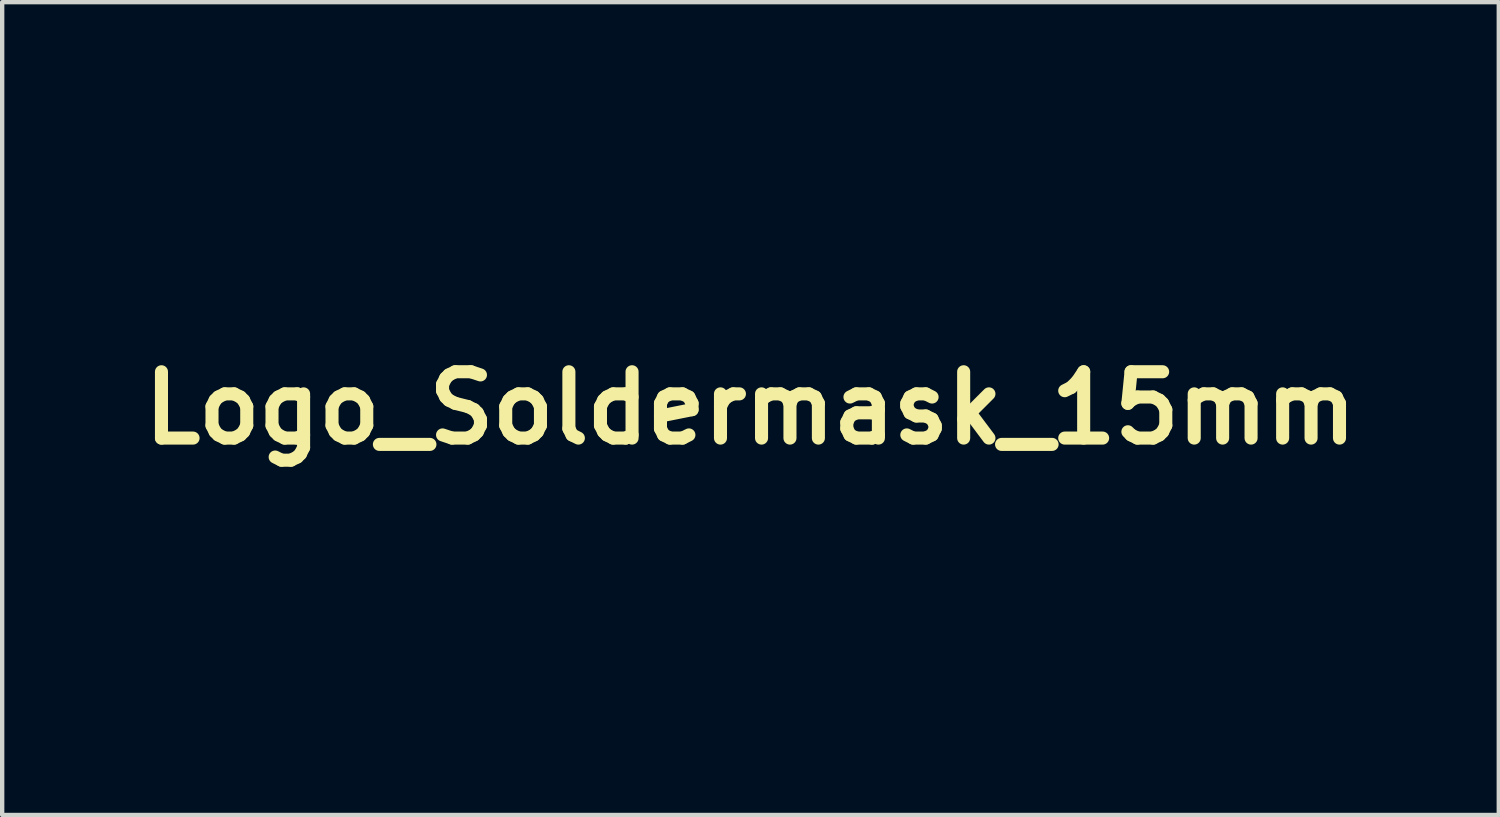
<source format=kicad_pcb>
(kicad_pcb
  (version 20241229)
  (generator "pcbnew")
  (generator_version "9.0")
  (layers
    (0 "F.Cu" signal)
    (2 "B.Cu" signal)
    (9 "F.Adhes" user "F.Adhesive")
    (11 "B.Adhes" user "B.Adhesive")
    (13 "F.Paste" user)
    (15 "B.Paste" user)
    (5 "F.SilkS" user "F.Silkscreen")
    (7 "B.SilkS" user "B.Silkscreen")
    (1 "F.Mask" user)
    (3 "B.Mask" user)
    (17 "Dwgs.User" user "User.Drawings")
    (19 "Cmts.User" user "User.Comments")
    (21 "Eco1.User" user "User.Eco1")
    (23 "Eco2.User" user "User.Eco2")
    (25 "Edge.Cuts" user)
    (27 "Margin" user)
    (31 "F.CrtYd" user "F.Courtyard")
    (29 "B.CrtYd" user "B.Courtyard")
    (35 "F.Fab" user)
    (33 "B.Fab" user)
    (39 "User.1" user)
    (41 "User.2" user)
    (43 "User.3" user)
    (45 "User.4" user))
  (footprint "Logo_Soldermask_15mm"
    (layer "F.Cu")
    (at 14.195 6.327)
    (property "Reference" "Logo_Soldermask_15mm" (at 0 0 0) (layer "F.SilkS") (effects (font (size 1.524 1.524) (thickness 0.3))))
    (attr through_hole)
    (fp_poly (pts (xy 0.024 -6.305) (xy 0.056 -6.253) (xy 0.104 -6.171) (xy 0.168 -6.061) (xy 0.245 -5.926) (xy 0.335 -5.768) (xy 0.434 -5.592) (xy 0.542 -5.399) (xy 0.657 -5.193) (xy 0.757 -5.013) (xy 0.877 -4.798) (xy 0.991 -4.592) (xy 1.098 -4.4) (xy 1.195 -4.224) (xy 1.283 -4.067) (xy 1.357 -3.933) (xy 1.418 -3.823) (xy 1.464 -3.742) (xy 1.492 -3.692) (xy 1.501 -3.676) (xy 1.513 -3.672) (xy 1.543 -3.677) (xy 1.592 -3.692) (xy 1.665 -3.719) (xy 1.763 -3.759) (xy 1.891 -3.812) (xy 2.051 -3.881) (xy 2.222 -3.955) (xy 2.382 -4.024) (xy 2.53 -4.087) (xy 2.662 -4.142) (xy 2.773 -4.188) (xy 2.859 -4.222) (xy 2.915 -4.243) (xy 2.938 -4.248) (xy 2.938 -4.248) (xy 2.938 -4.226) (xy 2.934 -4.165) (xy 2.927 -4.069) (xy 2.916 -3.939) (xy 2.903 -3.78) (xy 2.886 -3.594) (xy 2.867 -3.384) (xy 2.846 -3.153) (xy 2.823 -2.903) (xy 2.798 -2.638) (xy 2.771 -2.361) (xy 2.767 -2.315) (xy 2.74 -2.036) (xy 2.715 -1.769) (xy 2.691 -1.518) (xy 2.67 -1.283) (xy 2.65 -1.07) (xy 2.633 -0.88) (xy 2.618 -0.717) (xy 2.606 -0.583) (xy 2.598 -0.481) (xy 2.593 -0.415) (xy 2.591 -0.387) (xy 2.592 -0.386) (xy 2.608 -0.398) (xy 2.653 -0.435) (xy 2.724 -0.495) (xy 2.818 -0.576) (xy 2.931 -0.675) (xy 3.062 -0.79) (xy 3.207 -0.918) (xy 3.364 -1.057) (xy 3.503 -1.18) (xy 3.668 -1.327) (xy 3.824 -1.464) (xy 3.968 -1.591) (xy 4.097 -1.705) (xy 4.209 -1.802) (xy 4.3 -1.881) (xy 4.368 -1.939) (xy 4.41 -1.973) (xy 4.423 -1.983) (xy 4.43 -1.978) (xy 4.44 -1.962) (xy 4.454 -1.93) (xy 4.475 -1.88) (xy 4.503 -1.808) (xy 4.54 -1.71) (xy 4.587 -1.584) (xy 4.646 -1.425) (xy 4.714 -1.24) (xy 4.776 -1.071) (xy 4.598 -0.866) (xy 4.369 -0.594) (xy 4.128 -0.297) (xy 3.879 0.021) (xy 3.626 0.355) (xy 3.372 0.701) (xy 3.121 1.052) (xy 2.874 1.406) (xy 2.637 1.756) (xy 2.413 2.098) (xy 2.204 2.428) (xy 2.014 2.739) (xy 1.847 3.029) (xy 1.746 3.213) (xy 1.633 3.427) (xy 1.564 3.327) (xy 1.433 3.122) (xy 1.297 2.883) (xy 1.159 2.617) (xy 1.023 2.331) (xy 0.893 2.033) (xy 0.771 1.729) (xy 0.66 1.426) (xy 0.605 1.263) (xy 0.507 0.942) (xy 0.408 0.589) (xy 0.312 0.215) (xy 0.221 -0.171) (xy 0.137 -0.559) (xy 0.072 -0.89) (xy 0.012 -1.206) (xy -0.095 -0.671) (xy -0.214 -0.114) (xy -0.339 0.406) (xy -0.471 0.89) (xy -0.613 1.342) (xy -0.763 1.766) (xy -0.925 2.164) (xy -1.099 2.54) (xy -1.286 2.896) (xy -1.469 3.208) (xy -1.519 3.287) (xy -1.561 3.353) (xy -1.591 3.396) (xy -1.603 3.41) (xy -1.619 3.397) (xy -1.648 3.354) (xy -1.685 3.289) (xy -1.707 3.248) (xy -1.828 3.022) (xy -1.974 2.768) (xy -2.141 2.492) (xy -2.327 2.198) (xy -2.529 1.888) (xy -2.743 1.569) (xy -2.967 1.244) (xy -3.198 0.916) (xy -3.432 0.592) (xy -3.668 0.274) (xy -3.901 -0.032) (xy -4.129 -0.324) (xy -4.349 -0.596) (xy -4.558 -0.844) (xy -4.577 -0.866) (xy -4.755 -1.071) (xy -4.693 -1.24) (xy -4.622 -1.433) (xy -4.564 -1.591) (xy -4.517 -1.716) (xy -4.481 -1.812) (xy -4.453 -1.883) (xy -4.432 -1.932) (xy -4.418 -1.963) (xy -4.409 -1.979) (xy -4.403 -1.983) (xy -4.384 -1.969) (xy -4.338 -1.93) (xy -4.266 -1.869) (xy -4.171 -1.787) (xy -4.056 -1.686) (xy -3.924 -1.571) (xy -3.778 -1.442) (xy -3.62 -1.302) (xy -3.482 -1.18) (xy -3.317 -1.034) (xy -3.162 -0.897) (xy -3.019 -0.771) (xy -2.891 -0.659) (xy -2.78 -0.562) (xy -2.69 -0.485) (xy -2.623 -0.428) (xy -2.582 -0.395) (xy -2.57 -0.386) (xy -2.571 -0.408) (xy -2.576 -0.468) (xy -2.584 -0.564) (xy -2.595 -0.693) (xy -2.609 -0.851) (xy -2.626 -1.037) (xy -2.645 -1.247) (xy -2.667 -1.478) (xy -2.69 -1.727) (xy -2.715 -1.991) (xy -2.718 -2.025) (xy -0.748 -2.025) (xy -0.74 -2.023) (xy -0.71 -2.046) (xy -0.662 -2.088) (xy -0.656 -2.094) (xy -0.582 -2.155) (xy -0.491 -2.218) (xy -0.407 -2.266) (xy -0.221 -2.337) (xy -0.032 -2.367) (xy 0.156 -2.357) (xy 0.339 -2.308) (xy 0.511 -2.221) (xy 0.661 -2.104) (xy 0.715 -2.056) (xy 0.753 -2.027) (xy 0.769 -2.021) (xy 0.768 -2.024) (xy 0.76 -2.05) (xy 0.741 -2.111) (xy 0.711 -2.205) (xy 0.673 -2.328) (xy 0.626 -2.477) (xy 0.573 -2.648) (xy 0.514 -2.837) (xy 0.45 -3.041) (xy 0.387 -3.245) (xy 0.32 -3.459) (xy 0.257 -3.661) (xy 0.199 -3.847) (xy 0.147 -4.014) (xy 0.101 -4.158) (xy 0.064 -4.276) (xy 0.036 -4.365) (xy 0.018 -4.42) (xy 0.012 -4.44) (xy 0.005 -4.421) (xy -0.013 -4.366) (xy -0.041 -4.278) (xy -0.078 -4.161) (xy -0.124 -4.017) (xy -0.176 -3.851) (xy -0.234 -3.665) (xy -0.297 -3.463) (xy -0.364 -3.25) (xy -0.431 -3.035) (xy -0.495 -2.831) (xy -0.554 -2.642) (xy -0.607 -2.472) (xy -0.653 -2.324) (xy -0.692 -2.202) (xy -0.721 -2.109) (xy -0.74 -2.049) (xy -0.748 -2.025) (xy -2.718 -2.025) (xy -2.742 -2.268) (xy -2.746 -2.315) (xy -2.773 -2.594) (xy -2.798 -2.861) (xy -2.821 -3.113) (xy -2.843 -3.348) (xy -2.862 -3.561) (xy -2.879 -3.752) (xy -2.893 -3.915) (xy -2.904 -4.05) (xy -2.912 -4.152) (xy -2.917 -4.219) (xy -2.917 -4.248) (xy -2.917 -4.248) (xy -2.896 -4.243) (xy -2.84 -4.223) (xy -2.756 -4.19) (xy -2.645 -4.145) (xy -2.515 -4.09) (xy -2.367 -4.027) (xy -2.207 -3.958) (xy -2.204 -3.957) (xy -2.044 -3.888) (xy -1.897 -3.824) (xy -1.766 -3.767) (xy -1.657 -3.72) (xy -1.572 -3.684) (xy -1.518 -3.661) (xy -1.497 -3.652) (xy -1.497 -3.652) (xy -1.486 -3.67) (xy -1.456 -3.722) (xy -1.41 -3.804) (xy -1.348 -3.914) (xy -1.272 -4.049) (xy -1.184 -4.207) (xy -1.085 -4.384) (xy -0.978 -4.577) (xy -0.863 -4.784) (xy -0.75 -4.987) (xy -0.629 -5.205) (xy -0.514 -5.411) (xy -0.406 -5.604) (xy -0.307 -5.779) (xy -0.219 -5.935) (xy -0.142 -6.069) (xy -0.079 -6.178) (xy -0.032 -6.258) (xy -0.001 -6.307) (xy 0.01 -6.322) (xy 0.024 -6.305)) (stroke (width 0.01) (type solid)) (fill yes) (layer "F.Mask"))
    (fp_poly (pts (xy -7.196 -1.218) (xy -7.138 -1.207) (xy -7.047 -1.191) (xy -6.927 -1.168) (xy -6.782 -1.14) (xy -6.617 -1.108) (xy -6.434 -1.072) (xy -6.238 -1.034) (xy -6.235 -1.033) (xy -5.993 -0.985) (xy -5.79 -0.944) (xy -5.622 -0.909) (xy -5.487 -0.88) (xy -5.383 -0.856) (xy -5.306 -0.836) (xy -5.253 -0.82) (xy -5.223 -0.807) (xy -5.215 -0.801) (xy -5.178 -0.761) (xy -5.12 -0.691) (xy -5.046 -0.595) (xy -4.959 -0.479) (xy -4.861 -0.346) (xy -4.757 -0.201) (xy -4.649 -0.049) (xy -4.542 0.105) (xy -4.438 0.257) (xy -4.372 0.355) (xy -4.062 0.832) (xy -3.759 1.325) (xy -3.465 1.828) (xy -3.185 2.334) (xy -2.921 2.837) (xy -2.677 3.33) (xy -2.456 3.808) (xy -2.265 4.258) (xy -2.217 4.381) (xy -2.164 4.521) (xy -2.11 4.672) (xy -2.057 4.825) (xy -2.006 4.974) (xy -1.962 5.111) (xy -1.925 5.229) (xy -1.899 5.322) (xy -1.888 5.37) (xy -1.876 5.42) (xy -1.862 5.446) (xy -1.859 5.447) (xy -1.839 5.432) (xy -1.796 5.39) (xy -1.735 5.325) (xy -1.658 5.242) (xy -1.572 5.147) (xy -1.478 5.042) (xy -1.383 4.933) (xy -1.29 4.825) (xy -1.203 4.723) (xy -1.14 4.646) (xy -0.945 4.4) (xy -0.766 4.157) (xy -0.596 3.907) (xy -0.428 3.641) (xy -0.257 3.349) (xy -0.178 3.208) (xy -0.118 3.103) (xy -0.065 3.015) (xy -0.022 2.947) (xy 0.008 2.905) (xy 0.022 2.894) (xy 0.038 2.919) (xy 0.069 2.972) (xy 0.11 3.046) (xy 0.156 3.131) (xy 0.387 3.538) (xy 0.622 3.913) (xy 0.866 4.266) (xy 1.126 4.604) (xy 1.159 4.644) (xy 1.238 4.739) (xy 1.327 4.844) (xy 1.421 4.953) (xy 1.516 5.061) (xy 1.609 5.165) (xy 1.694 5.259) (xy 1.768 5.338) (xy 1.826 5.399) (xy 1.866 5.437) (xy 1.88 5.447) (xy 1.893 5.429) (xy 1.906 5.384) (xy 1.909 5.37) (xy 1.925 5.302) (xy 1.954 5.203) (xy 1.993 5.08) (xy 2.039 4.939) (xy 2.09 4.788) (xy 2.144 4.635) (xy 2.198 4.486) (xy 2.25 4.349) (xy 2.286 4.258) (xy 2.476 3.811) (xy 2.692 3.342) (xy 2.932 2.857) (xy 3.191 2.362) (xy 3.466 1.863) (xy 3.754 1.368) (xy 4.051 0.883) (xy 4.354 0.413) (xy 4.391 0.358) (xy 4.491 0.209) (xy 4.597 0.056) (xy 4.704 -0.098) (xy 4.811 -0.248) (xy 4.914 -0.389) (xy 5.008 -0.517) (xy 5.092 -0.627) (xy 5.161 -0.715) (xy 5.212 -0.776) (xy 5.235 -0.801) (xy 5.257 -0.812) (xy 5.302 -0.828) (xy 5.372 -0.847) (xy 5.469 -0.87) (xy 5.597 -0.898) (xy 5.757 -0.932) (xy 5.953 -0.972) (xy 6.187 -1.019) (xy 6.255 -1.032) (xy 6.451 -1.071) (xy 6.634 -1.106) (xy 6.8 -1.139) (xy 6.945 -1.167) (xy 7.066 -1.189) (xy 7.157 -1.207) (xy 7.216 -1.217) (xy 7.238 -1.22) (xy 7.238 -1.22) (xy 7.234 -1.2) (xy 7.22 -1.144) (xy 7.198 -1.055) (xy 7.169 -0.939) (xy 7.134 -0.798) (xy 7.094 -0.638) (xy 7.05 -0.462) (xy 7.002 -0.275) (xy 6.953 -0.08) (xy 6.903 0.117) (xy 6.853 0.314) (xy 6.804 0.506) (xy 6.757 0.688) (xy 6.714 0.858) (xy 6.675 1.009) (xy 6.642 1.139) (xy 6.615 1.243) (xy 6.595 1.318) (xy 6.584 1.358) (xy 6.583 1.359) (xy 6.588 1.375) (xy 6.613 1.399) (xy 6.661 1.434) (xy 6.736 1.481) (xy 6.839 1.543) (xy 6.976 1.621) (xy 7.022 1.647) (xy 7.146 1.718) (xy 7.257 1.782) (xy 7.349 1.837) (xy 7.419 1.88) (xy 7.461 1.908) (xy 7.472 1.918) (xy 7.455 1.931) (xy 7.405 1.966) (xy 7.324 2.02) (xy 7.215 2.093) (xy 7.079 2.183) (xy 6.919 2.289) (xy 6.737 2.41) (xy 6.534 2.543) (xy 6.314 2.688) (xy 6.078 2.842) (xy 5.829 3.006) (xy 5.568 3.177) (xy 5.364 3.31) (xy 5.096 3.485) (xy 4.837 3.654) (xy 4.591 3.816) (xy 4.358 3.969) (xy 4.142 4.111) (xy 3.945 4.242) (xy 3.768 4.359) (xy 3.613 4.462) (xy 3.484 4.548) (xy 3.381 4.618) (xy 3.308 4.668) (xy 3.266 4.698) (xy 3.256 4.706) (xy 3.262 4.73) (xy 3.279 4.79) (xy 3.307 4.88) (xy 3.343 4.997) (xy 3.386 5.136) (xy 3.435 5.294) (xy 3.489 5.465) (xy 3.509 5.526) (xy 3.564 5.701) (xy 3.614 5.863) (xy 3.658 6.008) (xy 3.695 6.132) (xy 3.723 6.231) (xy 3.741 6.3) (xy 3.749 6.336) (xy 3.748 6.339) (xy 3.726 6.339) (xy 3.665 6.334) (xy 3.569 6.324) (xy 3.44 6.311) (xy 3.282 6.293) (xy 3.097 6.272) (xy 2.888 6.249) (xy 2.658 6.222) (xy 2.411 6.193) (xy 2.149 6.162) (xy 1.874 6.129) (xy 1.873 6.129) (xy 0.01 5.905) (xy -1.814 6.125) (xy -2.086 6.158) (xy -2.347 6.189) (xy -2.594 6.218) (xy -2.823 6.246) (xy -3.032 6.27) (xy -3.218 6.292) (xy -3.377 6.311) (xy -3.507 6.326) (xy -3.604 6.336) (xy -3.665 6.343) (xy -3.687 6.345) (xy -3.725 6.339) (xy -3.736 6.327) (xy -3.73 6.304) (xy -3.712 6.246) (xy -3.685 6.156) (xy -3.649 6.04) (xy -3.606 5.901) (xy -3.556 5.745) (xy -3.503 5.574) (xy -3.485 5.52) (xy -3.43 5.346) (xy -3.38 5.185) (xy -3.334 5.039) (xy -3.296 4.915) (xy -3.266 4.816) (xy -3.245 4.747) (xy -3.236 4.711) (xy -3.235 4.708) (xy -3.252 4.694) (xy -3.302 4.659) (xy -3.383 4.603) (xy -3.492 4.529) (xy -3.628 4.438) (xy -3.788 4.332) (xy -3.971 4.211) (xy -4.173 4.077) (xy -4.393 3.932) (xy -4.629 3.777) (xy -4.879 3.613) (xy -5.14 3.442) (xy -5.343 3.309) (xy -5.612 3.134) (xy -5.87 2.965) (xy -6.117 2.803) (xy -6.349 2.651) (xy -6.565 2.509) (xy -6.762 2.378) (xy -6.939 2.262) (xy -7.094 2.159) (xy -7.223 2.073) (xy -7.326 2.004) (xy -7.399 1.955) (xy -7.441 1.925) (xy -7.451 1.917) (xy -7.434 1.903) (xy -7.385 1.872) (xy -7.309 1.826) (xy -7.212 1.768) (xy -7.098 1.702) (xy -7.002 1.647) (xy -6.855 1.564) (xy -6.742 1.497) (xy -6.659 1.446) (xy -6.604 1.408) (xy -6.573 1.381) (xy -6.562 1.363) (xy -6.563 1.359) (xy -6.573 1.322) (xy -6.592 1.25) (xy -6.619 1.148) (xy -6.652 1.02) (xy -6.69 0.869) (xy -6.733 0.701) (xy -6.78 0.52) (xy -6.828 0.328) (xy -6.878 0.132) (xy -6.929 -0.066) (xy -6.978 -0.261) (xy -7.025 -0.449) (xy -7.07 -0.626) (xy -7.111 -0.787) (xy -7.146 -0.929) (xy -7.176 -1.048) (xy -7.198 -1.139) (xy -7.212 -1.198) (xy -7.217 -1.221) (xy -7.217 -1.221) (xy -7.196 -1.218)) (stroke (width 0.01) (type solid)) (fill yes) (layer "F.Mask")))
  (gr_rect
    (start -3 -3)
    (end 31.39 15.677)
    (stroke (width 0.1) (type default))
    (fill no)
    (layer "Edge.Cuts")))
</source>
